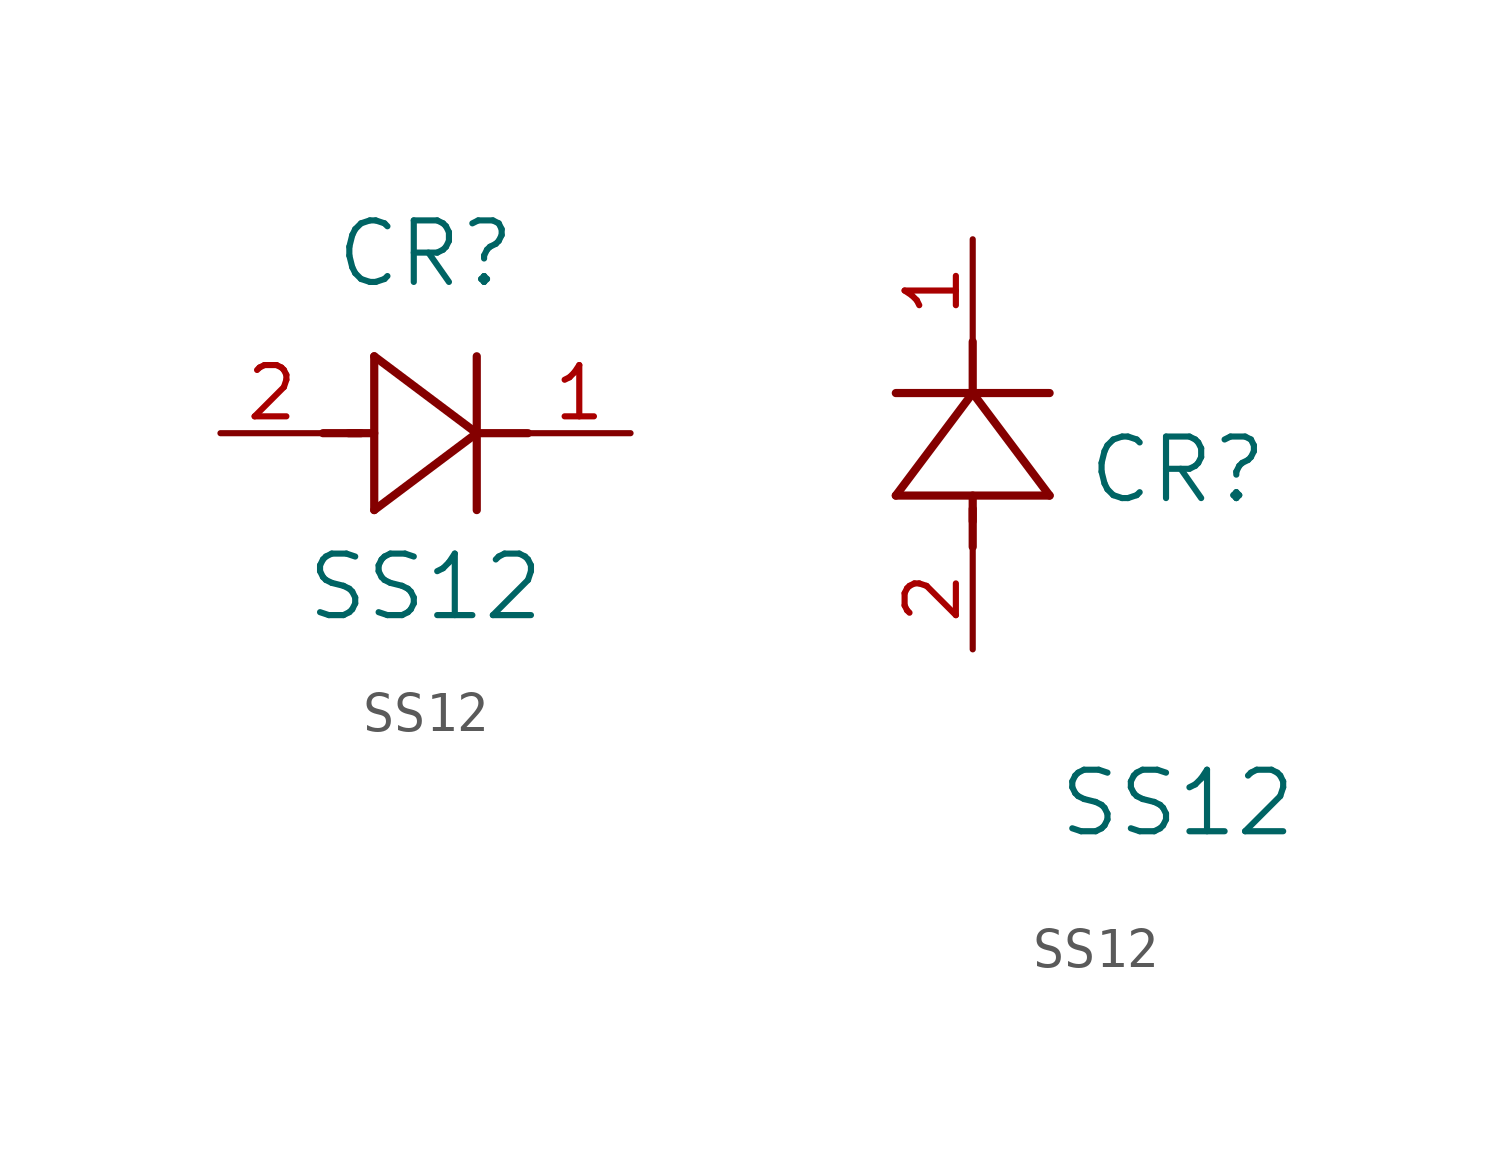
<source format=kicad_sym>
(kicad_symbol_lib
  (version 20211014)
  (generator kicad_symbol_editor)
  (symbol "SS12"
    (pin_names
      (offset 0.254))
    (property "Reference" "CR"
      (at 5.08 4.445 0)
      (effects (font (size 1.524 1.524))))
    (property "Value" "SS12"
      (at 5.08 -3.81 0)
      (effects (font (size 1.524 1.524))))
    (symbol "SS12_1_1"
      (polyline (pts (xy 2.54 0) (xy 3.48 0)) (stroke (width 0.203) (type default) (color 0 0 0 0)) (fill (type none)))
      (polyline (pts (xy 3.81 1.905) (xy 3.81 -1.905)) (stroke (width 0.203) (type default) (color 0 0 0 0)) (fill (type none)))
      (polyline (pts (xy 3.175 0) (xy 3.81 0)) (stroke (width 0.203) (type default) (color 0 0 0 0)) (fill (type none)))
      (polyline (pts (xy 6.35 -1.905) (xy 6.35 1.905)) (stroke (width 0.203) (type default) (color 0 0 0 0)) (fill (type none)))
      (polyline (pts (xy 6.35 0) (xy 7.62 0)) (stroke (width 0.203) (type default) (color 0 0 0 0)) (fill (type none)))
      (polyline (pts (xy 6.35 0) (xy 3.81 1.905)) (stroke (width 0.203) (type default) (color 0 0 0 0)) (fill (type none)))
      (polyline (pts (xy 3.81 -1.905) (xy 6.35 0)) (stroke (width 0.203) (type default) (color 0 0 0 0)) (fill (type none)))
      (pin unspecified line (at 10.16 0 180) (length 2.54) (name "" (effects (font (size 1.27 1.27)))) (number "1" (effects (font (size 1.27 1.27)))))
      (pin unspecified line (at 0 0 0) (length 2.54) (name "" (effects (font (size 1.27 1.27)))) (number "2" (effects (font (size 1.27 1.27))))))
    (symbol "SS12_1_2"
      (polyline (pts (xy 0 2.54) (xy 0 3.48)) (stroke (width 0.203) (type default) (color 0 0 0 0)) (fill (type none)))
      (polyline (pts (xy -1.905 3.81) (xy 1.905 3.81)) (stroke (width 0.203) (type default) (color 0 0 0 0)) (fill (type none)))
      (polyline (pts (xy 0 3.175) (xy 0 3.81)) (stroke (width 0.203) (type default) (color 0 0 0 0)) (fill (type none)))
      (polyline (pts (xy 1.905 6.35) (xy -1.905 6.35)) (stroke (width 0.203) (type default) (color 0 0 0 0)) (fill (type none)))
      (polyline (pts (xy 0 6.35) (xy 0 7.62)) (stroke (width 0.203) (type default) (color 0 0 0 0)) (fill (type none)))
      (polyline (pts (xy 0 6.35) (xy -1.905 3.81)) (stroke (width 0.203) (type default) (color 0 0 0 0)) (fill (type none)))
      (polyline (pts (xy 1.905 3.81) (xy 0 6.35)) (stroke (width 0.203) (type default) (color 0 0 0 0)) (fill (type none)))
      (pin unspecified line (at 0 10.16 270) (length 2.54) (name "" (effects (font (size 1.27 1.27)))) (number "1" (effects (font (size 1.27 1.27)))))
      (pin unspecified line (at 0 0 90) (length 2.54) (name "" (effects (font (size 1.27 1.27)))) (number "2" (effects (font (size 1.27 1.27))))))))
</source>
